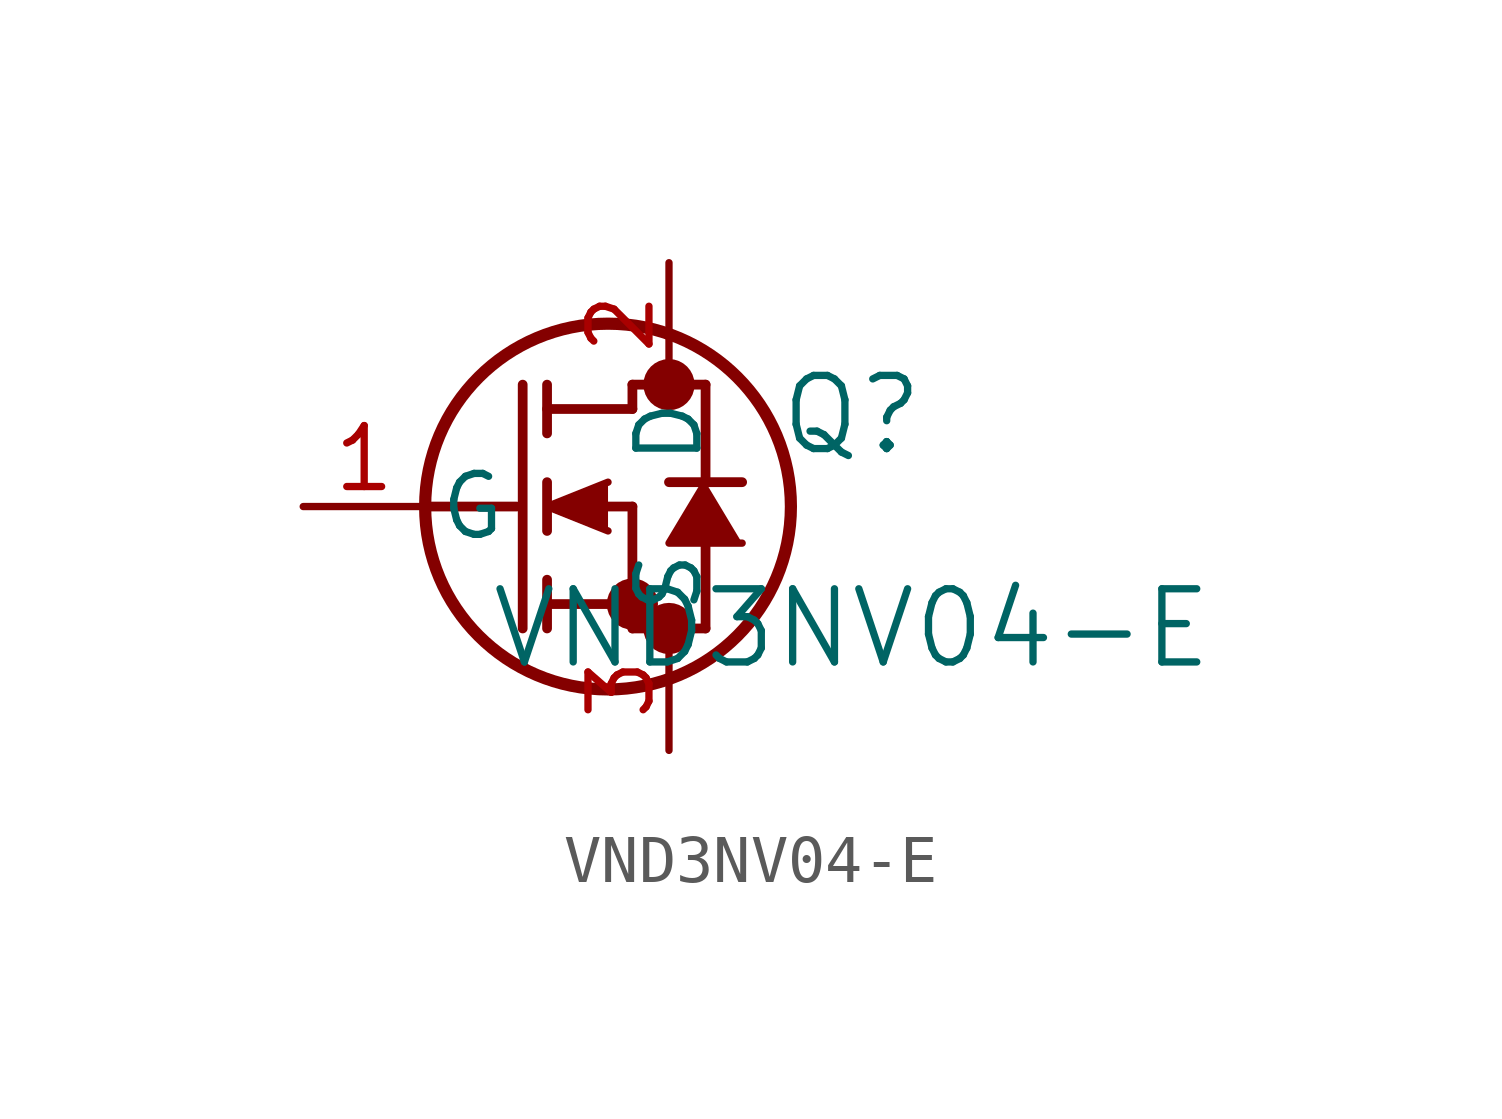
<source format=kicad_sym>
(kicad_symbol_lib
  (version 20231120)
  (generator "kicad_symbol_editor")
  (generator_version "8.0")
  (symbol "VND3NV04-E"
    (pin_names
      (offset 0.254))
    (property "Reference" "Q"
      (at 11.43 1.905 0)
      (effects (font (size 1.524 1.524))))
    (property "Value" "VND3NV04-E"
      (at 11.43 -2.54 0)
      (effects (font (size 1.524 1.524))))
    (symbol "VND3NV04-E_1_1"
      (polyline (pts (xy 2.54 0) (xy 4.445 0)) (stroke (width 0.203) (type default)) (fill (type none)))
      (polyline (pts (xy 4.572 -2.54) (xy 4.572 2.54)) (stroke (width 0.203) (type default)) (fill (type none)))
      (polyline (pts (xy 5.08 -2.54) (xy 5.08 -1.524)) (stroke (width 0.203) (type default)) (fill (type none)))
      (polyline (pts (xy 5.08 -2.032) (xy 6.858 -2.032)) (stroke (width 0.203) (type default)) (fill (type none)))
      (polyline (pts (xy 5.08 -0.508) (xy 5.08 0.508)) (stroke (width 0.203) (type default)) (fill (type none)))
      (polyline (pts (xy 5.08 1.524) (xy 5.08 2.54)) (stroke (width 0.203) (type default)) (fill (type none)))
      (polyline (pts (xy 5.08 2.032) (xy 6.858 2.032)) (stroke (width 0.203) (type default)) (fill (type none)))
      (polyline (pts (xy 6.35 0) (xy 6.858 0)) (stroke (width 0.203) (type default)) (fill (type none)))
      (polyline (pts (xy 6.858 -2.54) (xy 6.858 0)) (stroke (width 0.203) (type default)) (fill (type none)))
      (polyline (pts (xy 6.858 -2.54) (xy 8.382 -2.54)) (stroke (width 0.203) (type default)) (fill (type none)))
      (polyline (pts (xy 6.858 2.032) (xy 6.858 2.54)) (stroke (width 0.203) (type default)) (fill (type none)))
      (polyline (pts (xy 6.858 2.54) (xy 8.382 2.54)) (stroke (width 0.203) (type default)) (fill (type none)))
      (polyline (pts (xy 8.382 -2.54) (xy 8.382 -0.762)) (stroke (width 0.203) (type default)) (fill (type none)))
      (polyline (pts (xy 8.382 0.508) (xy 8.382 2.54)) (stroke (width 0.203) (type default)) (fill (type none)))
      (polyline (pts (xy 9.144 0.508) (xy 7.62 0.508)) (stroke (width 0.203) (type default)) (fill (type none)))
      (polyline (pts (xy 6.35 0.508) (xy 5.08 0) (xy 6.35 -0.508)) (stroke (width 0) (type default)) (fill (type outline)))
      (polyline (pts (xy 9.144 -0.762) (xy 7.62 -0.762) (xy 8.382 0.508)) (stroke (width 0) (type default)) (fill (type outline)))
      (circle (center 6.35 0) (radius 3.81) (stroke (width 0.254) (type default)) (fill (type none)))
      (circle (center 6.858 -2.032) (radius 0.025) (stroke (width 0.508) (type default)) (fill (type none)))
      (circle (center 7.62 -2.54) (radius 0.025) (stroke (width 0.508) (type default)) (fill (type none)))
      (circle (center 7.62 2.54) (radius 0.025) (stroke (width 0.508) (type default)) (fill (type none)))
      (pin unspecified line (at 0 0 0) (length 2.54) (name "G" (effects (font (size 1.27 1.27)))) (number "1" (effects (font (size 1.27 1.27)))))
      (pin unspecified line (at 7.62 5.08 270) (length 2.54) (name "D" (effects (font (size 1.27 1.27)))) (number "2" (effects (font (size 1.27 1.27)))))
      (pin unspecified line (at 7.62 -5.08 90) (length 2.54) (name "S" (effects (font (size 1.27 1.27)))) (number "3" (effects (font (size 1.27 1.27))))))))
</source>
